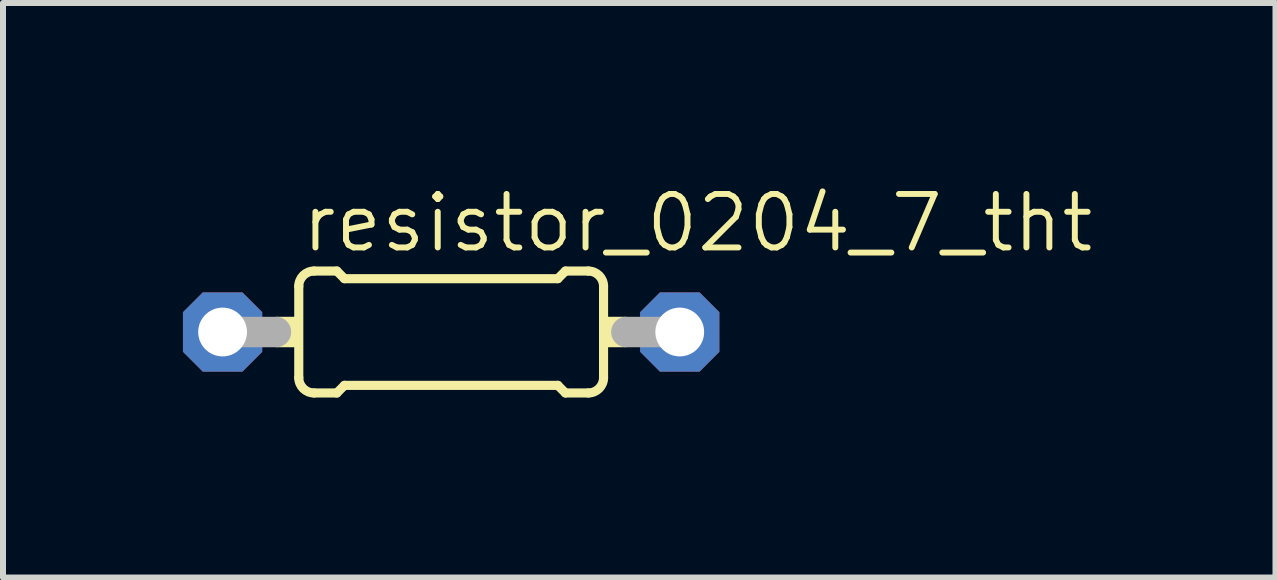
<source format=kicad_pcb>
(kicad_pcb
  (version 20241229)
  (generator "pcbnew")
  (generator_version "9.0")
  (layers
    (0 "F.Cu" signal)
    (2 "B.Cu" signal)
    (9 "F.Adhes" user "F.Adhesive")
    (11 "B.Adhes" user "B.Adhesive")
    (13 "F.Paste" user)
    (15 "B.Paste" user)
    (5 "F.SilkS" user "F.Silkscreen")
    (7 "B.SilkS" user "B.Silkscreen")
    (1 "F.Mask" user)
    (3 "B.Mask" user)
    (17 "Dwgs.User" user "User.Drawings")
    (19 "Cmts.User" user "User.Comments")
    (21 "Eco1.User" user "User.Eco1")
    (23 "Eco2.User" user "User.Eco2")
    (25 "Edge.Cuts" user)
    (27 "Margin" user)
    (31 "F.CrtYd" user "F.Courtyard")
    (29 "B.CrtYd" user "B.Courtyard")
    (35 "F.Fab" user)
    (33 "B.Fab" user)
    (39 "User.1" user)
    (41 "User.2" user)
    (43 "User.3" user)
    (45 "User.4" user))
  (footprint "resistor_0204_7_tht"
    (layer "F.Cu")
    (at 4.47 2.484)
    (property "Reference" "resistor_0204_7_tht" (at -2.54 -1.295 0) (layer "F.SilkS") (effects (font (size 0.892 0.892) (thickness 0.099)) (justify left bottom)))
    (fp_line (start -2.54 0.762) (end -2.54 -0.762) (stroke (width 0.152) (type solid)) (layer "F.SilkS"))
    (fp_line (start -2.286 -1.016) (end -1.905 -1.016) (stroke (width 0.152) (type solid)) (layer "F.SilkS"))
    (fp_line (start -2.286 1.016) (end -1.905 1.016) (stroke (width 0.152) (type solid)) (layer "F.SilkS"))
    (fp_line (start -1.778 -0.889) (end -1.905 -1.016) (stroke (width 0.152) (type solid)) (layer "F.SilkS"))
    (fp_line (start -1.778 0.889) (end -1.905 1.016) (stroke (width 0.152) (type solid)) (layer "F.SilkS"))
    (fp_line (start 1.778 -0.889) (end -1.778 -0.889) (stroke (width 0.152) (type solid)) (layer "F.SilkS"))
    (fp_line (start 1.778 -0.889) (end 1.905 -1.016) (stroke (width 0.152) (type solid)) (layer "F.SilkS"))
    (fp_line (start 1.778 0.889) (end -1.778 0.889) (stroke (width 0.152) (type solid)) (layer "F.SilkS"))
    (fp_line (start 1.778 0.889) (end 1.905 1.016) (stroke (width 0.152) (type solid)) (layer "F.SilkS"))
    (fp_line (start 2.286 -1.016) (end 1.905 -1.016) (stroke (width 0.152) (type solid)) (layer "F.SilkS"))
    (fp_line (start 2.286 1.016) (end 1.905 1.016) (stroke (width 0.152) (type solid)) (layer "F.SilkS"))
    (fp_line (start 2.54 0.762) (end 2.54 -0.762) (stroke (width 0.152) (type solid)) (layer "F.SilkS"))
    (fp_arc (start -2.54 -0.762) (mid -2.465605 -0.941605) (end -2.286 -1.016) (stroke (width 0.1524) (type solid)) (layer "F.SilkS"))
    (fp_arc (start -2.286 1.016) (mid -2.465605 0.941605) (end -2.54 0.762) (stroke (width 0.1524) (type solid)) (layer "F.SilkS"))
    (fp_arc (start 2.286 -1.016) (mid 2.465605 -0.941605) (end 2.54 -0.762) (stroke (width 0.1524) (type solid)) (layer "F.SilkS"))
    (fp_arc (start 2.54 0.762) (mid 2.465605 0.941605) (end 2.286 1.016) (stroke (width 0.1524) (type solid)) (layer "F.SilkS"))
    (fp_poly (pts (xy -2.921 0.254) (xy -2.54 0.254) (xy -2.54 -0.254) (xy -2.921 -0.254)) (stroke (width 0) (type solid)) (fill yes) (layer "F.SilkS"))
    (fp_poly (pts (xy 2.54 0.254) (xy 2.921 0.254) (xy 2.921 -0.254) (xy 2.54 -0.254)) (stroke (width 0) (type solid)) (fill yes) (layer "F.SilkS"))
    (fp_line (start -3.81 0) (end -2.921 0) (stroke (width 0.508) (type solid)) (layer "F.Fab"))
    (fp_line (start 3.81 0) (end 2.921 0) (stroke (width 0.508) (type solid)) (layer "F.Fab"))
    (pad "1" thru_hole roundrect (at -3.81 0) (size 1.321 1.321) (drill 0.813) (layers "*.Cu" "*.Mask") (roundrect_rratio 0.25) (chamfer_ratio 0.25) (chamfer top_left top_right bottom_left bottom_right))
    (pad "2" thru_hole roundrect (at 3.81 0) (size 1.321 1.321) (drill 0.813) (layers "*.Cu" "*.Mask") (roundrect_rratio 0.25) (chamfer_ratio 0.25) (chamfer top_left top_right bottom_left bottom_right)))
  (gr_rect
    (start -3 -3)
    (end 18.21 6.576)
    (stroke (width 0.1) (type default))
    (fill no)
    (layer "Edge.Cuts")))
</source>
